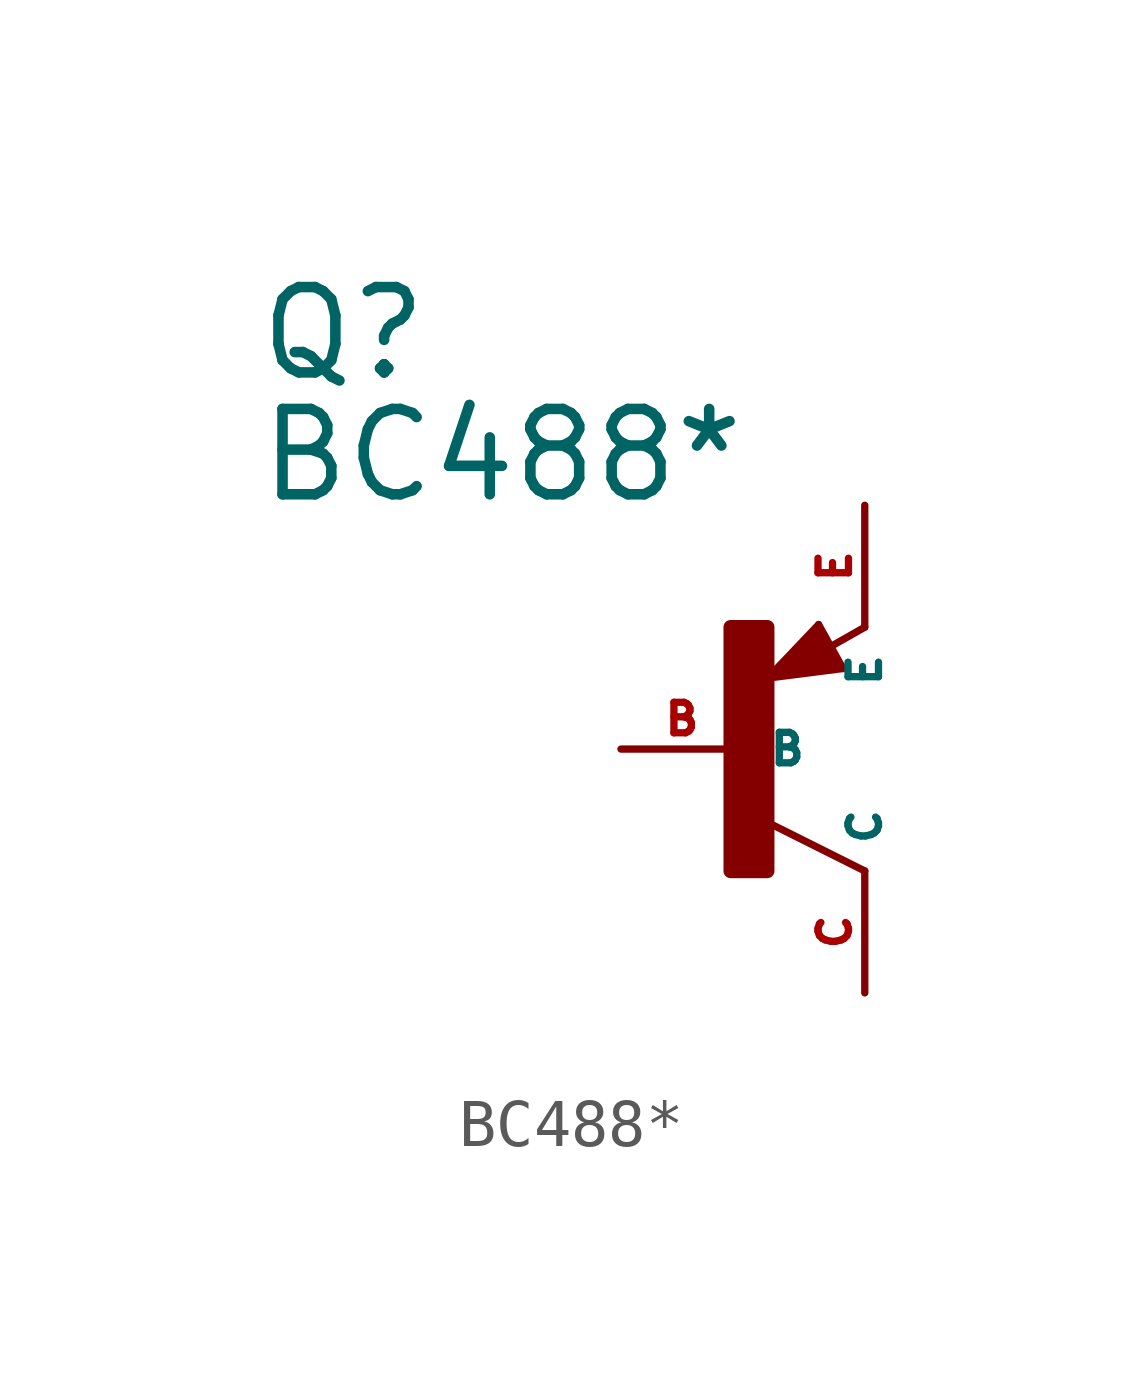
<source format=kicad_sym>
(kicad_symbol_lib
  (version 20220914)
  (generator Eagle2Kicad)
  (symbol "BC488*"
    (property "Reference" "Q"
      (at -10.16 7.62 0)
      (effects (font (size 1.778 1.778) (thickness 0.22)) (justify left bottom)))
    (property "Value" "BC488*"
      (at -10.16 5.08 0)
      (effects (font (size 1.778 1.778) (thickness 0.22)) (justify left bottom)))
    (polyline
      (pts (xy 2.086 1.678) (xy 1.578 2.594))
      (stroke (width 0.152) (type default))
      (fill (type none)))
    (polyline
      (pts (xy 1.578 2.594) (xy 0.516 1.478))
      (stroke (width 0.152) (type default))
      (fill (type none)))
    (polyline
      (pts (xy 0.516 1.478) (xy 2.086 1.678))
      (stroke (width 0.152) (type default))
      (fill (type none)))
    (polyline
      (pts (xy 2.54 2.54) (xy 1.808 2.124))
      (stroke (width 0.152) (type default))
      (fill (type none)))
    (polyline
      (pts (xy 2.54 -2.54) (xy 0.508 -1.524))
      (stroke (width 0.152) (type default))
      (fill (type none)))
    (polyline
      (pts (xy 1.905 1.778) (xy 1.524 2.413))
      (stroke (width 0.254) (type default))
      (fill (type none)))
    (polyline
      (pts (xy 1.524 2.413) (xy 0.762 1.651))
      (stroke (width 0.254) (type default))
      (fill (type none)))
    (polyline
      (pts (xy 0.762 1.651) (xy 1.778 1.778))
      (stroke (width 0.254) (type default))
      (fill (type none)))
    (polyline
      (pts (xy 1.778 1.778) (xy 1.524 2.159))
      (stroke (width 0.254) (type default))
      (fill (type none)))
    (polyline
      (pts (xy 1.524 2.159) (xy 1.143 1.905))
      (stroke (width 0.254) (type default))
      (fill (type none)))
    (polyline
      (pts (xy 1.143 1.905) (xy 1.524 1.905))
      (stroke (width 0.254) (type default))
      (fill (type none)))
    (rectangle
      (start -0.254 -2.54)
      (end 0.508 2.54)
      (stroke (width 0.3) (type default))
      (fill (type outline)))
    (pin passive line
      (at -2.54 0 0)
      (length 2.54)
      (name "B" (effects (font (size 0.635 0.635) (thickness 0.08)) (justify left bottom)))
      (number "B" (effects (font (size 0.635 0.635) (thickness 0.08)) (justify left bottom))))
    (pin passive line
      (at 2.54 5.08 270)
      (length 2.54)
      (name "E" (effects (font (size 0.635 0.635) (thickness 0.08)) (justify left bottom)))
      (number "E" (effects (font (size 0.635 0.635) (thickness 0.08)) (justify left bottom))))
    (pin passive line
      (at 2.54 -5.08 90)
      (length 2.54)
      (name "C" (effects (font (size 0.635 0.635) (thickness 0.08)) (justify left bottom)))
      (number "C" (effects (font (size 0.635 0.635) (thickness 0.08)) (justify left bottom))))))
</source>
